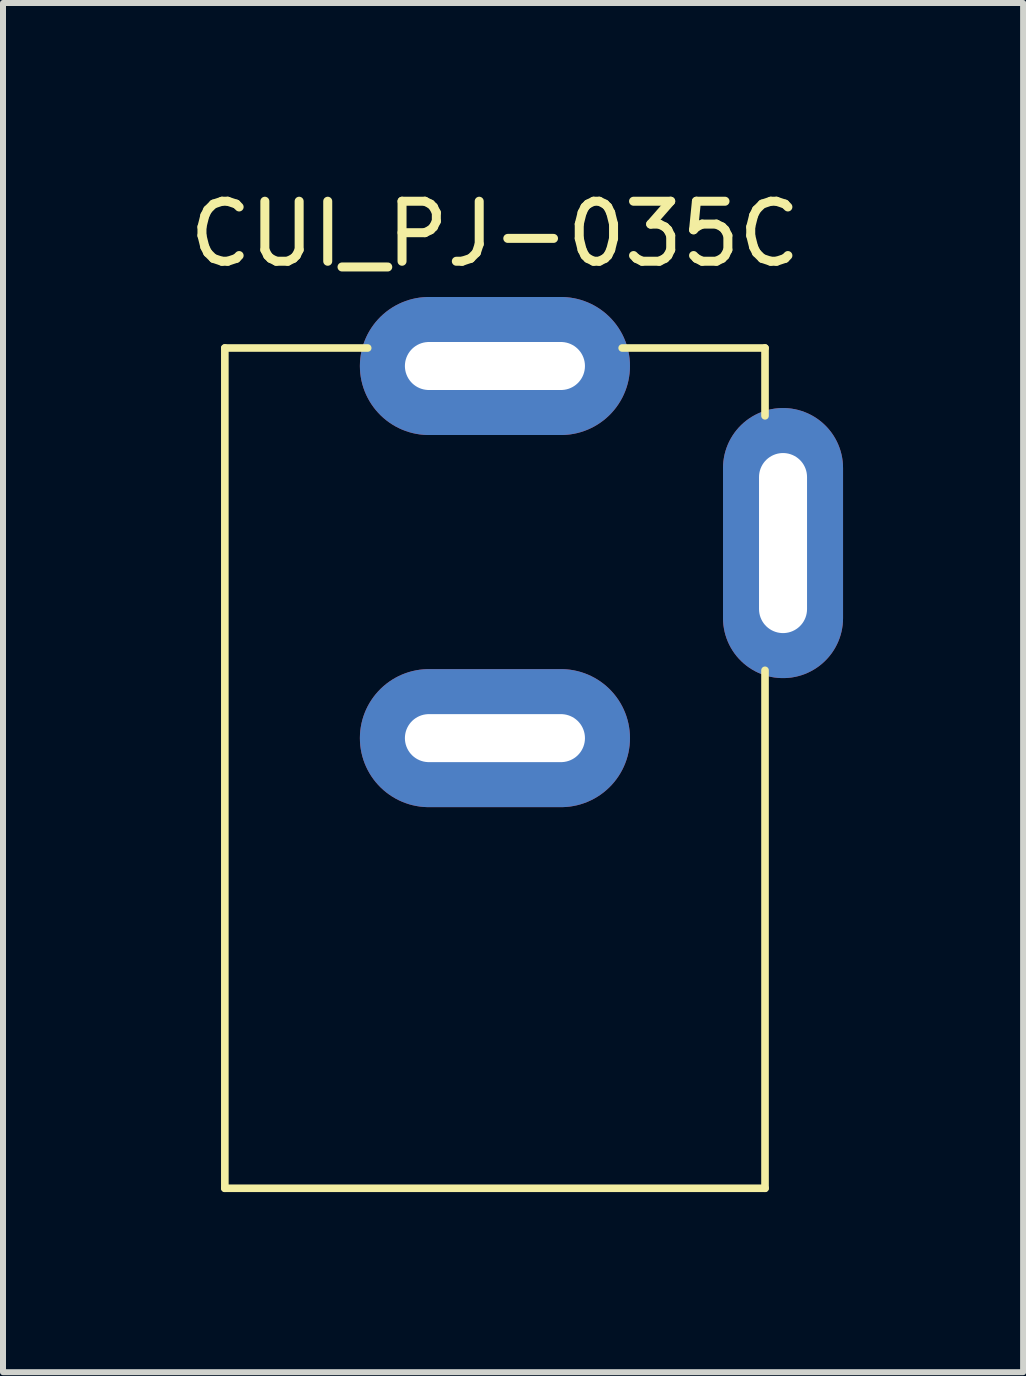
<source format=kicad_pcb>
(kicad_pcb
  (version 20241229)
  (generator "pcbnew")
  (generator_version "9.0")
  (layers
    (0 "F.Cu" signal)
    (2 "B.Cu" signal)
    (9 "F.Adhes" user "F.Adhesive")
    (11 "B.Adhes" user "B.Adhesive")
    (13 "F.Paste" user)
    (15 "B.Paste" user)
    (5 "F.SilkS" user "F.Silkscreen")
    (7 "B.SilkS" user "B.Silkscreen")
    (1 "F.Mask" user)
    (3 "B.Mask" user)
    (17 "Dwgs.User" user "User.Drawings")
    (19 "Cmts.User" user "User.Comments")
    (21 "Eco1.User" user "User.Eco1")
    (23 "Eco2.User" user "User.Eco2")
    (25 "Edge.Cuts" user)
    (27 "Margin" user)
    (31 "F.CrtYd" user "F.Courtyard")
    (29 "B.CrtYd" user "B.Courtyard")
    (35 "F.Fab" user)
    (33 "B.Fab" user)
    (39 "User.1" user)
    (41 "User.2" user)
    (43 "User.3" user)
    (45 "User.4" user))
  (footprint "CUI_PJ-035C"
    (layer "F.Cu")
    (at 5.196 3.048)
    (property "Reference" "CUI_PJ-035C" (at 0 -2.2 0) (layer "F.SilkS") (effects (font (size 1 1) (thickness 0.15))))
    (attr through_hole)
    (fp_line (start -4.5 -0.3) (end -2.12 -0.3) (stroke (width 0.127) (type solid)) (layer "F.SilkS"))
    (fp_line (start -4.5 13.7) (end -4.5 -0.3) (stroke (width 0.127) (type solid)) (layer "F.SilkS"))
    (fp_line (start 2.12 -0.3) (end 4.5 -0.3) (stroke (width 0.127) (type solid)) (layer "F.SilkS"))
    (fp_line (start 4.5 -0.3) (end 4.5 0.83) (stroke (width 0.127) (type solid)) (layer "F.SilkS"))
    (fp_line (start 4.5 5.07) (end 4.5 13.7) (stroke (width 0.127) (type solid)) (layer "F.SilkS"))
    (fp_line (start 4.5 13.7) (end -4.5 13.7) (stroke (width 0.127) (type solid)) (layer "F.SilkS"))
    (pad "1" thru_hole oval (at 0 0) (size 4.5 2.3) (drill oval 3 0.8) (layers "*.Cu" "*.Mask"))
    (pad "2" thru_hole oval (at 0 6.2) (size 4.5 2.3) (drill oval 3 0.8) (layers "*.Cu" "*.Mask"))
    (pad "3" thru_hole oval (at 4.8 2.95) (size 2 4.5) (drill oval 0.8 3) (layers "*.Cu" "*.Mask")))
  (gr_rect
    (start -3 -3)
    (end 13.996 19.812)
    (stroke (width 0.1) (type default))
    (fill no)
    (layer "Edge.Cuts")))
</source>
